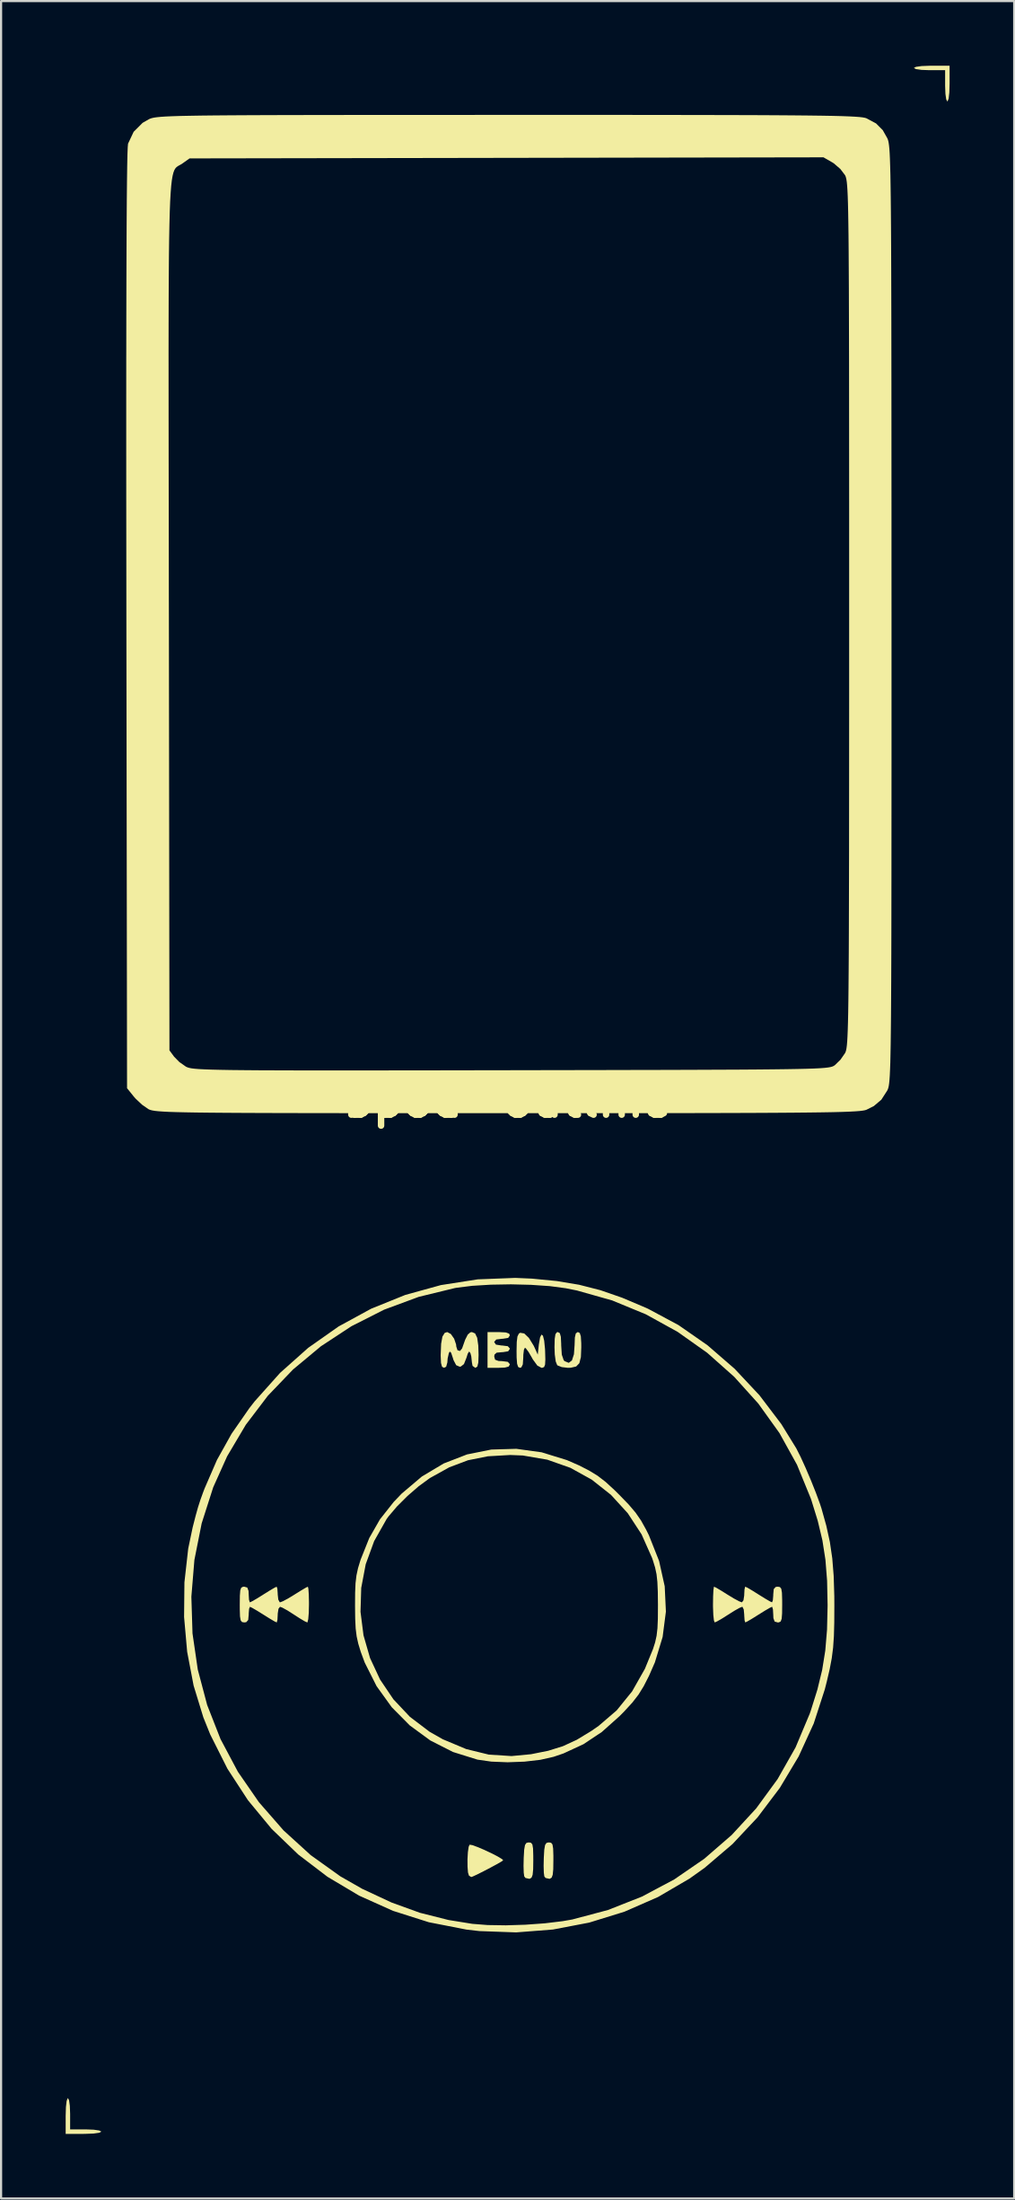
<source format=kicad_pcb>
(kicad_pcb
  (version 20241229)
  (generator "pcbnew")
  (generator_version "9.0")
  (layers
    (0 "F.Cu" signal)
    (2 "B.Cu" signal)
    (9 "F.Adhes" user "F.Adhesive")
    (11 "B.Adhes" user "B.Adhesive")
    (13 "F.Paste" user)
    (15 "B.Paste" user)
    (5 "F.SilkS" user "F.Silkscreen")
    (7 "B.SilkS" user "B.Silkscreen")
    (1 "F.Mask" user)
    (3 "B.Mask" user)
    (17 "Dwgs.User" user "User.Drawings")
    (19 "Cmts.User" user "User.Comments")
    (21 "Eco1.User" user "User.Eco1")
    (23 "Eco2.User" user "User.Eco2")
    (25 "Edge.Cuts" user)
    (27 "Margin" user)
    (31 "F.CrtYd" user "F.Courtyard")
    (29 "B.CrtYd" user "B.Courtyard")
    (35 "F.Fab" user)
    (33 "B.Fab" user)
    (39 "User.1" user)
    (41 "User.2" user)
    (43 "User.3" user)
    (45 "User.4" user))
  (footprint "bpod-outline"
    (layer "F.Cu")
    (at 20.527 48.001)
    (property "Reference" "bpod-outline" (at 0 0 0) (layer "F.SilkS") (effects (font (size 1.524 1.524) (thickness 0.3))))
    (attr board_only exclude_from_pos_files exclude_from_bom)
    (fp_poly (pts (xy -20.37 46.438) (xy -20.334 46.695) (xy -20.32 47.067) (xy -20.32 47.793) (xy -19.594 47.793) (xy -19.222 47.807) (xy -18.965 47.844) (xy -18.869 47.897) (xy -18.869 47.897) (xy -18.966 47.948) (xy -19.23 47.985) (xy -19.624 48) (xy -19.698 48.001) (xy -20.527 48.001) (xy -20.527 47.171) (xy -20.515 46.761) (xy -20.482 46.472) (xy -20.433 46.345) (xy -20.424 46.342)) (stroke (width 0) (type solid)) (fill yes) (layer "F.SilkS"))
    (fp_poly (pts (xy 20.527 -47.171) (xy 20.515 -46.761) (xy 20.482 -46.472) (xy 20.433 -46.345) (xy 20.424 -46.342) (xy 20.37 -46.438) (xy 20.334 -46.695) (xy 20.32 -47.067) (xy 20.32 -47.793) (xy 19.594 -47.793) (xy 19.222 -47.807) (xy 18.965 -47.844) (xy 18.869 -47.897) (xy 18.869 -47.897) (xy 18.966 -47.948) (xy 19.23 -47.985) (xy 19.624 -48) (xy 19.698 -48.001) (xy 20.527 -48.001)) (stroke (width 0) (type solid)) (fill yes) (layer "F.SilkS"))
    (fp_poly (pts (xy 1.088 34.489) (xy 1.15 34.569) (xy 1.181 34.753) (xy 1.191 35.083) (xy 1.192 35.299) (xy 1.186 35.72) (xy 1.161 35.976) (xy 1.11 36.108) (xy 1.022 36.16) (xy 1.011 36.162) (xy 0.829 36.122) (xy 0.772 36.05) (xy 0.748 35.876) (xy 0.739 35.564) (xy 0.747 35.187) (xy 0.769 34.808) (xy 0.807 34.592) (xy 0.873 34.494) (xy 0.983 34.471) (xy 0.985 34.471)) (stroke (width 0) (type solid)) (fill yes) (layer "F.SilkS"))
    (fp_poly (pts (xy 2.021 34.489) (xy 2.083 34.569) (xy 2.114 34.753) (xy 2.125 35.083) (xy 2.125 35.299) (xy 2.119 35.72) (xy 2.094 35.976) (xy 2.043 36.108) (xy 1.955 36.16) (xy 1.944 36.162) (xy 1.762 36.122) (xy 1.705 36.05) (xy 1.681 35.876) (xy 1.672 35.564) (xy 1.68 35.187) (xy 1.702 34.808) (xy 1.74 34.592) (xy 1.806 34.494) (xy 1.916 34.471) (xy 1.918 34.471)) (stroke (width 0) (type solid)) (fill yes) (layer "F.SilkS"))
    (fp_poly (pts (xy -1.644 34.596) (xy -1.395 34.686) (xy -1.077 34.821) (xy -0.745 34.977) (xy -0.453 35.128) (xy -0.258 35.247) (xy -0.207 35.301) (xy -0.291 35.362) (xy -0.508 35.487) (xy -0.803 35.646) (xy -1.123 35.813) (xy -1.414 35.959) (xy -1.622 36.055) (xy -1.691 36.078) (xy -1.787 36.019) (xy -1.797 36.009) (xy -1.841 35.866) (xy -1.862 35.591) (xy -1.864 35.256) (xy -1.846 34.928) (xy -1.81 34.678) (xy -1.767 34.578)) (stroke (width 0) (type solid)) (fill yes) (layer "F.SilkS"))
    (fp_poly (pts (xy -0.089 10.799) (xy 0.071 10.856) (xy 0.104 10.938) (xy 0.025 11.053) (xy -0.226 11.093) (xy -0.259 11.093) (xy -0.528 11.127) (xy -0.621 11.234) (xy -0.622 11.249) (xy -0.543 11.364) (xy -0.292 11.404) (xy -0.259 11.404) (xy 0.009 11.438) (xy 0.103 11.545) (xy 0.104 11.56) (xy 0.025 11.675) (xy -0.226 11.715) (xy -0.259 11.715) (xy -0.509 11.738) (xy -0.61 11.829) (xy -0.622 11.922) (xy -0.581 12.065) (xy -0.423 12.123) (xy -0.259 12.13) (xy 0.009 12.164) (xy 0.103 12.271) (xy 0.104 12.285) (xy 0.048 12.383) (xy -0.144 12.431) (xy -0.415 12.441) (xy -0.933 12.441) (xy -0.933 10.782) (xy -0.415 10.782)) (stroke (width 0) (type solid)) (fill yes) (layer "F.SilkS"))
    (fp_poly (pts (xy 3.351 10.826) (xy 3.4 10.982) (xy 3.419 11.289) (xy 3.421 11.487) (xy 3.403 11.941) (xy 3.331 12.227) (xy 3.183 12.38) (xy 2.935 12.437) (xy 2.799 12.441) (xy 2.515 12.408) (xy 2.315 12.328) (xy 2.302 12.316) (xy 2.234 12.146) (xy 2.19 11.824) (xy 2.177 11.487) (xy 2.187 11.099) (xy 2.221 10.88) (xy 2.289 10.79) (xy 2.333 10.782) (xy 2.424 10.831) (xy 2.472 11.002) (xy 2.488 11.336) (xy 2.488 11.391) (xy 2.516 11.83) (xy 2.603 12.084) (xy 2.644 12.13) (xy 2.839 12.21) (xy 2.987 12.099) (xy 3.08 11.81) (xy 3.11 11.391) (xy 3.123 11.034) (xy 3.166 10.845) (xy 3.252 10.783) (xy 3.266 10.782)) (stroke (width 0) (type solid)) (fill yes) (layer "F.SilkS"))
    (fp_poly (pts (xy 0.772 10.847) (xy 0.988 11.054) (xy 1.207 11.409) (xy 1.269 11.539) (xy 1.4 11.829) (xy 1.451 11.355) (xy 1.507 11.028) (xy 1.573 10.898) (xy 1.641 10.952) (xy 1.698 11.18) (xy 1.737 11.571) (xy 1.741 11.663) (xy 1.752 12.06) (xy 1.739 12.294) (xy 1.694 12.406) (xy 1.608 12.44) (xy 1.574 12.441) (xy 1.383 12.341) (xy 1.171 12.051) (xy 1.129 11.974) (xy 0.974 11.708) (xy 0.849 11.54) (xy 0.804 11.508) (xy 0.757 11.6) (xy 0.729 11.835) (xy 0.726 11.974) (xy 0.705 12.282) (xy 0.636 12.422) (xy 0.57 12.441) (xy 0.488 12.4) (xy 0.44 12.253) (xy 0.418 11.963) (xy 0.415 11.66) (xy 0.424 11.241) (xy 0.456 10.987) (xy 0.521 10.855) (xy 0.583 10.814)) (stroke (width 0) (type solid)) (fill yes) (layer "F.SilkS"))
    (fp_poly (pts (xy -1.51 10.845) (xy -1.413 11.048) (xy -1.362 11.414) (xy -1.349 11.845) (xy -1.361 12.197) (xy -1.406 12.383) (xy -1.494 12.441) (xy -1.503 12.441) (xy -1.629 12.351) (xy -1.659 12.19) (xy -1.688 11.911) (xy -1.729 11.756) (xy -1.786 11.683) (xy -1.851 11.782) (xy -1.914 11.981) (xy -2.029 12.269) (xy -2.176 12.383) (xy -2.229 12.389) (xy -2.39 12.319) (xy -2.512 12.086) (xy -2.544 11.981) (xy -2.625 11.741) (xy -2.686 11.686) (xy -2.729 11.756) (xy -2.786 12.009) (xy -2.799 12.19) (xy -2.855 12.392) (xy -2.955 12.441) (xy -3.046 12.392) (xy -3.094 12.218) (xy -3.109 11.882) (xy -3.109 11.845) (xy -3.089 11.328) (xy -3.029 10.994) (xy -2.922 10.82) (xy -2.804 10.782) (xy -2.638 10.871) (xy -2.485 11.088) (xy -2.394 11.355) (xy -2.384 11.455) (xy -2.328 11.626) (xy -2.212 11.66) (xy -2.115 11.54) (xy -1.972 11.137) (xy -1.852 10.9) (xy -1.734 10.796) (xy -1.658 10.782)) (stroke (width 0) (type solid)) (fill yes) (layer "F.SilkS"))
    (fp_poly (pts (xy -9.254 22.696) (xy -9.236 22.95) (xy -9.227 23.313) (xy -9.227 23.43) (xy -9.236 23.815) (xy -9.26 24.105) (xy -9.295 24.251) (xy -9.306 24.26) (xy -9.427 24.206) (xy -9.664 24.065) (xy -9.924 23.897) (xy -10.223 23.706) (xy -10.46 23.575) (xy -10.571 23.534) (xy -10.642 23.625) (xy -10.677 23.849) (xy -10.678 23.897) (xy -10.691 24.137) (xy -10.722 24.257) (xy -10.728 24.26) (xy -10.834 24.208) (xy -11.063 24.073) (xy -11.345 23.897) (xy -11.644 23.711) (xy -11.87 23.58) (xy -11.969 23.534) (xy -12.007 23.625) (xy -12.026 23.849) (xy -12.026 23.897) (xy -12.049 24.147) (xy -12.14 24.248) (xy -12.233 24.26) (xy -12.337 24.242) (xy -12.399 24.163) (xy -12.43 23.979) (xy -12.44 23.649) (xy -12.441 23.43) (xy -12.436 23.017) (xy -12.417 22.769) (xy -12.371 22.646) (xy -12.288 22.604) (xy -12.233 22.601) (xy -12.091 22.641) (xy -12.033 22.8) (xy -12.026 22.964) (xy -12.012 23.204) (xy -11.977 23.323) (xy -11.969 23.327) (xy -11.859 23.275) (xy -11.627 23.14) (xy -11.345 22.964) (xy -11.047 22.778) (xy -10.824 22.647) (xy -10.728 22.601) (xy -10.695 22.692) (xy -10.679 22.916) (xy -10.678 22.964) (xy -10.651 23.203) (xy -10.584 23.323) (xy -10.57 23.327) (xy -10.432 23.274) (xy -10.178 23.137) (xy -9.894 22.964) (xy -9.596 22.778) (xy -9.373 22.647) (xy -9.277 22.601)) (stroke (width 0) (type solid)) (fill yes) (layer "F.SilkS"))
    (fp_poly (pts (xy 12.648 22.618) (xy 12.71 22.698) (xy 12.741 22.882) (xy 12.751 23.212) (xy 12.752 23.43) (xy 12.748 23.843) (xy 12.728 24.091) (xy 12.682 24.215) (xy 12.599 24.257) (xy 12.544 24.26) (xy 12.402 24.219) (xy 12.344 24.061) (xy 12.337 23.897) (xy 12.323 23.657) (xy 12.288 23.537) (xy 12.28 23.534) (xy 12.17 23.586) (xy 11.938 23.721) (xy 11.656 23.897) (xy 11.358 24.083) (xy 11.135 24.214) (xy 11.039 24.26) (xy 11.006 24.168) (xy 10.99 23.944) (xy 10.989 23.897) (xy 10.966 23.657) (xy 10.907 23.537) (xy 10.895 23.534) (xy 10.765 23.587) (xy 10.519 23.726) (xy 10.249 23.897) (xy 9.951 24.085) (xy 9.722 24.216) (xy 9.618 24.26) (xy 9.581 24.164) (xy 9.553 23.91) (xy 9.539 23.547) (xy 9.538 23.43) (xy 9.544 23.045) (xy 9.559 22.755) (xy 9.581 22.609) (xy 9.588 22.601) (xy 9.694 22.652) (xy 9.923 22.787) (xy 10.205 22.964) (xy 10.513 23.151) (xy 10.759 23.282) (xy 10.881 23.327) (xy 10.953 23.235) (xy 10.988 23.011) (xy 10.989 22.964) (xy 11.002 22.724) (xy 11.033 22.604) (xy 11.039 22.601) (xy 11.146 22.652) (xy 11.374 22.787) (xy 11.656 22.964) (xy 11.955 23.15) (xy 12.181 23.281) (xy 12.28 23.327) (xy 12.318 23.235) (xy 12.337 23.011) (xy 12.337 22.964) (xy 12.36 22.714) (xy 12.451 22.613) (xy 12.544 22.601)) (stroke (width 0) (type solid)) (fill yes) (layer "F.SilkS"))
    (fp_poly (pts (xy 1.58 16.363) (xy 2.754 16.725) (xy 3.313 16.969) (xy 3.793 17.215) (xy 4.183 17.454) (xy 4.547 17.734) (xy 4.948 18.101) (xy 5.192 18.342) (xy 5.623 18.787) (xy 5.943 19.163) (xy 6.197 19.531) (xy 6.434 19.957) (xy 6.565 20.221) (xy 7.034 21.405) (xy 7.296 22.583) (xy 7.351 23.758) (xy 7.199 24.934) (xy 6.84 26.113) (xy 6.567 26.737) (xy 6.322 27.217) (xy 6.081 27.608) (xy 5.798 27.974) (xy 5.427 28.379) (xy 5.2 28.609) (xy 4.373 29.347) (xy 3.523 29.912) (xy 2.595 30.341) (xy 2.134 30.498) (xy 1.52 30.637) (xy 0.782 30.722) (xy -0.002 30.751) (xy -0.754 30.721) (xy -1.397 30.629) (xy -1.4 30.629) (xy -2.534 30.275) (xy -3.589 29.74) (xy -4.544 29.042) (xy -5.382 28.196) (xy -6.086 27.219) (xy -6.635 26.129) (xy -6.822 25.625) (xy -6.936 25.25) (xy -7.012 24.908) (xy -7.058 24.538) (xy -7.08 24.08) (xy -7.084 23.766) (xy -6.833 23.766) (xy -6.694 24.858) (xy -6.39 25.913) (xy -5.925 26.91) (xy -5.306 27.827) (xy -4.538 28.642) (xy -3.625 29.335) (xy -3.007 29.685) (xy -1.926 30.138) (xy -0.872 30.396) (xy 0.183 30.463) (xy 1.089 30.377) (xy 1.886 30.217) (xy 2.57 30.004) (xy 3.213 29.707) (xy 3.887 29.298) (xy 4.226 29.063) (xy 5.065 28.343) (xy 5.781 27.461) (xy 6.375 26.415) (xy 6.753 25.493) (xy 6.852 25.181) (xy 6.919 24.877) (xy 6.959 24.529) (xy 6.978 24.084) (xy 6.982 23.489) (xy 6.982 23.43) (xy 6.975 22.828) (xy 6.955 22.377) (xy 6.916 22.023) (xy 6.849 21.709) (xy 6.748 21.381) (xy 6.71 21.27) (xy 6.221 20.171) (xy 5.579 19.19) (xy 4.801 18.339) (xy 3.907 17.632) (xy 2.914 17.083) (xy 1.841 16.705) (xy 0.706 16.511) (xy 0.118 16.488) (xy -0.919 16.548) (xy -1.84 16.732) (xy -2.709 17.059) (xy -3.587 17.546) (xy -3.629 17.572) (xy -4.126 17.935) (xy -4.651 18.39) (xy -5.141 18.879) (xy -5.533 19.34) (xy -5.62 19.46) (xy -6.199 20.484) (xy -6.591 21.558) (xy -6.8 22.659) (xy -6.833 23.766) (xy -7.084 23.766) (xy -7.087 23.482) (xy -7.083 22.885) (xy -7.064 22.437) (xy -7.021 22.076) (xy -6.949 21.744) (xy -6.839 21.382) (xy -6.825 21.339) (xy -6.427 20.343) (xy -5.93 19.475) (xy -5.291 18.667) (xy -4.922 18.281) (xy -3.985 17.488) (xy -2.968 16.881) (xy -1.886 16.462) (xy -0.757 16.235) (xy 0.404 16.201)) (stroke (width 0) (type solid)) (fill yes) (layer "F.SilkS"))
    (fp_poly (pts (xy 1.131 8.301) (xy 2.284 8.413) (xy 3.322 8.586) (xy 4.313 8.839) (xy 5.323 9.189) (xy 6.418 9.653) (xy 6.53 9.704) (xy 7.937 10.458) (xy 9.283 11.394) (xy 10.544 12.486) (xy 11.695 13.713) (xy 12.711 15.051) (xy 13.407 16.179) (xy 13.605 16.57) (xy 13.842 17.09) (xy 14.09 17.671) (xy 14.32 18.247) (xy 14.505 18.75) (xy 14.577 18.969) (xy 14.802 19.774) (xy 14.967 20.526) (xy 15.078 21.282) (xy 15.144 22.102) (xy 15.173 23.044) (xy 15.175 23.482) (xy 15.171 24.266) (xy 15.154 24.897) (xy 15.117 25.432) (xy 15.054 25.923) (xy 14.959 26.427) (xy 14.826 26.997) (xy 14.731 27.37) (xy 14.218 28.95) (xy 13.516 30.482) (xy 12.642 31.941) (xy 11.612 33.304) (xy 10.444 34.548) (xy 9.153 35.649) (xy 8.449 36.151) (xy 6.987 37.005) (xy 5.425 37.688) (xy 3.79 38.193) (xy 2.105 38.515) (xy 0.396 38.648) (xy -1.312 38.587) (xy -1.918 38.517) (xy -3.661 38.176) (xy -5.324 37.648) (xy -6.897 36.942) (xy -8.367 36.067) (xy -9.725 35.032) (xy -10.959 33.845) (xy -12.059 32.515) (xy -13.013 31.052) (xy -13.812 29.463) (xy -14.133 28.666) (xy -14.585 27.191) (xy -14.884 25.623) (xy -15.027 24.01) (xy -15.018 23.067) (xy -14.689 23.067) (xy -14.636 24.769) (xy -14.391 26.448) (xy -13.956 28.09) (xy -13.334 29.676) (xy -12.527 31.193) (xy -11.551 32.605) (xy -10.407 33.914) (xy -9.142 35.065) (xy -7.771 36.045) (xy -6.751 36.627) (xy -5.389 37.262) (xy -4.074 37.738) (xy -2.744 38.073) (xy -1.641 38.251) (xy -0.929 38.307) (xy -0.085 38.32) (xy 0.823 38.292) (xy 1.724 38.227) (xy 2.549 38.128) (xy 3.002 38.049) (xy 4.663 37.608) (xy 6.248 36.983) (xy 7.742 36.187) (xy 9.133 35.231) (xy 10.405 34.129) (xy 11.545 32.892) (xy 12.539 31.532) (xy 13.373 30.062) (xy 14.033 28.493) (xy 14.081 28.355) (xy 14.388 27.375) (xy 14.609 26.467) (xy 14.754 25.565) (xy 14.835 24.599) (xy 14.861 23.503) (xy 14.861 23.43) (xy 14.838 22.324) (xy 14.761 21.352) (xy 14.62 20.448) (xy 14.404 19.543) (xy 14.103 18.569) (xy 14.081 18.506) (xy 13.44 16.94) (xy 12.624 15.468) (xy 11.645 14.103) (xy 10.521 12.856) (xy 9.265 11.741) (xy 7.892 10.77) (xy 6.418 9.957) (xy 4.857 9.314) (xy 3.224 8.853) (xy 2.696 8.747) (xy 1.958 8.649) (xy 1.089 8.589) (xy 0.155 8.566) (xy -0.779 8.582) (xy -1.647 8.635) (xy -2.384 8.727) (xy -2.45 8.739) (xy -4.13 9.148) (xy -5.736 9.742) (xy -7.253 10.51) (xy -8.669 11.439) (xy -9.968 12.52) (xy -11.137 13.739) (xy -12.161 15.086) (xy -13.028 16.549) (xy -13.674 17.986) (xy -14.21 19.66) (xy -14.548 21.358) (xy -14.689 23.067) (xy -15.018 23.067) (xy -15.011 22.397) (xy -14.835 20.833) (xy -14.63 19.853) (xy -14.494 19.323) (xy -14.382 18.921) (xy -14.271 18.575) (xy -14.14 18.211) (xy -14.074 18.039) (xy -13.5 16.718) (xy -12.821 15.501) (xy -11.996 14.314) (xy -11.747 13.995) (xy -10.567 12.675) (xy -9.263 11.514) (xy -7.85 10.521) (xy -6.343 9.7) (xy -4.754 9.058) (xy -3.099 8.601) (xy -1.391 8.335) (xy 0.355 8.267)) (stroke (width 0) (type solid)) (fill yes) (layer "F.SilkS"))
    (fp_poly (pts (xy 4.17 -45.718) (xy 5.953 -45.717) (xy 7.558 -45.715) (xy 8.993 -45.713) (xy 10.268 -45.71) (xy 11.394 -45.707) (xy 12.379 -45.702) (xy 13.233 -45.696) (xy 13.965 -45.689) (xy 14.586 -45.681) (xy 15.104 -45.672) (xy 15.529 -45.661) (xy 15.871 -45.648) (xy 16.139 -45.634) (xy 16.343 -45.619) (xy 16.492 -45.601) (xy 16.596 -45.582) (xy 16.664 -45.561) (xy 16.665 -45.561) (xy 17.112 -45.322) (xy 17.423 -45.01) (xy 17.637 -44.631) (xy 17.659 -44.578) (xy 17.679 -44.511) (xy 17.697 -44.422) (xy 17.714 -44.303) (xy 17.73 -44.145) (xy 17.744 -43.94) (xy 17.756 -43.679) (xy 17.767 -43.354) (xy 17.778 -42.958) (xy 17.786 -42.48) (xy 17.794 -41.913) (xy 17.801 -41.248) (xy 17.807 -40.477) (xy 17.812 -39.592) (xy 17.816 -38.584) (xy 17.819 -37.445) (xy 17.822 -36.166) (xy 17.824 -34.738) (xy 17.826 -33.154) (xy 17.827 -31.405) (xy 17.828 -29.483) (xy 17.829 -27.379) (xy 17.829 -25.084) (xy 17.83 -22.591) (xy 17.83 -22.519) (xy 17.83 -20.022) (xy 17.83 -17.723) (xy 17.83 -15.615) (xy 17.829 -13.69) (xy 17.828 -11.938) (xy 17.827 -10.351) (xy 17.825 -8.921) (xy 17.823 -7.639) (xy 17.82 -6.498) (xy 17.816 -5.488) (xy 17.811 -4.601) (xy 17.806 -3.829) (xy 17.799 -3.164) (xy 17.792 -2.596) (xy 17.783 -2.118) (xy 17.774 -1.72) (xy 17.762 -1.396) (xy 17.75 -1.136) (xy 17.736 -0.931) (xy 17.721 -0.774) (xy 17.704 -0.656) (xy 17.686 -0.569) (xy 17.665 -0.504) (xy 17.643 -0.452) (xy 17.636 -0.436) (xy 17.359 -0.006) (xy 17.01 0.29) (xy 16.665 0.463) (xy 16.597 0.484) (xy 16.494 0.503) (xy 16.345 0.521) (xy 16.142 0.536) (xy 15.875 0.55) (xy 15.534 0.563) (xy 15.11 0.574) (xy 14.594 0.583) (xy 13.975 0.591) (xy 13.244 0.598) (xy 12.393 0.604) (xy 11.41 0.609) (xy 10.287 0.613) (xy 9.015 0.616) (xy 7.583 0.619) (xy 5.982 0.62) (xy 4.202 0.621) (xy 2.235 0.622) (xy 0.071 0.622) (xy -0.024 0.622) (xy -2.177 0.622) (xy -4.132 0.622) (xy -5.9 0.621) (xy -7.489 0.62) (xy -8.91 0.618) (xy -10.172 0.616) (xy -11.286 0.613) (xy -12.26 0.609) (xy -13.105 0.604) (xy -13.83 0.598) (xy -14.445 0.591) (xy -14.96 0.582) (xy -15.385 0.572) (xy -15.729 0.561) (xy -16.002 0.547) (xy -16.214 0.532) (xy -16.375 0.515) (xy -16.493 0.496) (xy -16.58 0.475) (xy -16.645 0.452) (xy -16.69 0.43) (xy -16.984 0.224) (xy -17.282 -0.057) (xy -17.363 -0.15) (xy -17.676 -0.538) (xy -17.707 -22.273) (xy -17.71 -25.121) (xy -17.713 -27.762) (xy -17.714 -30.201) (xy -17.714 -32.438) (xy -17.713 -34.477) (xy -17.712 -34.734) (xy -15.748 -34.734) (xy -15.747 -33.268) (xy -15.746 -31.641) (xy -15.744 -29.844) (xy -15.741 -27.869) (xy -15.738 -25.707) (xy -15.735 -23.349) (xy -15.733 -22.41) (xy -15.707 -2.296) (xy -15.492 -2.003) (xy -15.246 -1.752) (xy -14.942 -1.539) (xy -14.922 -1.529) (xy -14.864 -1.504) (xy -14.787 -1.481) (xy -14.681 -1.46) (xy -14.535 -1.442) (xy -14.34 -1.426) (xy -14.084 -1.413) (xy -13.759 -1.401) (xy -13.353 -1.391) (xy -12.856 -1.382) (xy -12.259 -1.376) (xy -11.55 -1.37) (xy -10.72 -1.367) (xy -9.758 -1.364) (xy -8.654 -1.363) (xy -7.398 -1.363) (xy -5.98 -1.364) (xy -4.389 -1.366) (xy -2.615 -1.368) (xy -0.648 -1.372) (xy 0.174 -1.373) (xy 2.213 -1.377) (xy 4.055 -1.38) (xy 5.71 -1.384) (xy 7.189 -1.387) (xy 8.501 -1.391) (xy 9.657 -1.396) (xy 10.667 -1.4) (xy 11.542 -1.406) (xy 12.291 -1.413) (xy 12.925 -1.421) (xy 13.453 -1.43) (xy 13.888 -1.44) (xy 14.237 -1.452) (xy 14.513 -1.466) (xy 14.724 -1.482) (xy 14.882 -1.5) (xy 14.996 -1.52) (xy 15.077 -1.542) (xy 15.135 -1.567) (xy 15.18 -1.595) (xy 15.206 -1.614) (xy 15.458 -1.86) (xy 15.67 -2.165) (xy 15.68 -2.185) (xy 15.702 -2.235) (xy 15.722 -2.305) (xy 15.74 -2.402) (xy 15.757 -2.535) (xy 15.772 -2.713) (xy 15.785 -2.945) (xy 15.797 -3.239) (xy 15.808 -3.604) (xy 15.818 -4.049) (xy 15.826 -4.583) (xy 15.833 -5.214) (xy 15.839 -5.951) (xy 15.845 -6.803) (xy 15.849 -7.778) (xy 15.852 -8.885) (xy 15.855 -10.133) (xy 15.858 -11.531) (xy 15.859 -13.088) (xy 15.86 -14.811) (xy 15.861 -16.71) (xy 15.862 -18.794) (xy 15.862 -21.072) (xy 15.862 -22.551) (xy 15.862 -24.946) (xy 15.862 -27.142) (xy 15.861 -29.149) (xy 15.86 -30.975) (xy 15.859 -32.628) (xy 15.858 -34.118) (xy 15.855 -35.453) (xy 15.852 -36.642) (xy 15.849 -37.694) (xy 15.844 -38.617) (xy 15.839 -39.421) (xy 15.833 -40.114) (xy 15.825 -40.704) (xy 15.817 -41.201) (xy 15.807 -41.613) (xy 15.796 -41.95) (xy 15.783 -42.219) (xy 15.769 -42.43) (xy 15.754 -42.591) (xy 15.736 -42.711) (xy 15.717 -42.8) (xy 15.697 -42.864) (xy 15.674 -42.915) (xy 15.67 -42.922) (xy 15.452 -43.208) (xy 15.152 -43.467) (xy 15.074 -43.516) (xy 14.67 -43.748) (xy -0.052 -43.723) (xy -14.773 -43.698) (xy -15.098 -43.467) (xy -15.176 -43.417) (xy -15.248 -43.378) (xy -15.314 -43.341) (xy -15.374 -43.298) (xy -15.428 -43.24) (xy -15.477 -43.159) (xy -15.521 -43.045) (xy -15.56 -42.891) (xy -15.595 -42.688) (xy -15.625 -42.426) (xy -15.651 -42.098) (xy -15.674 -41.695) (xy -15.693 -41.208) (xy -15.708 -40.629) (xy -15.721 -39.949) (xy -15.731 -39.16) (xy -15.738 -38.252) (xy -15.743 -37.218) (xy -15.746 -36.048) (xy -15.748 -34.734) (xy -17.712 -34.734) (xy -17.71 -36.319) (xy -17.706 -37.965) (xy -17.701 -39.419) (xy -17.695 -40.683) (xy -17.688 -41.757) (xy -17.679 -42.646) (xy -17.669 -43.35) (xy -17.658 -43.871) (xy -17.645 -44.212) (xy -17.631 -44.376) (xy -17.629 -44.384) (xy -17.37 -44.933) (xy -16.954 -45.349) (xy -16.648 -45.523) (xy -16.586 -45.549) (xy -16.51 -45.572) (xy -16.411 -45.593) (xy -16.279 -45.611) (xy -16.104 -45.628) (xy -15.877 -45.643) (xy -15.587 -45.656) (xy -15.224 -45.668) (xy -14.78 -45.677) (xy -14.243 -45.686) (xy -13.605 -45.693) (xy -12.856 -45.699) (xy -11.985 -45.704) (xy -10.983 -45.708) (xy -9.84 -45.711) (xy -8.547 -45.713) (xy -7.093 -45.715) (xy -5.468 -45.716) (xy -3.664 -45.717) (xy -1.67 -45.717) (xy 0.029 -45.718) (xy 2.198 -45.718)) (stroke (width 0) (type solid)) (fill yes) (layer "F.SilkS")))
  (gr_rect
    (start -3 -3)
    (end 44.055 99.002)
    (stroke (width 0.1) (type default))
    (fill no)
    (layer "Edge.Cuts")))
</source>
